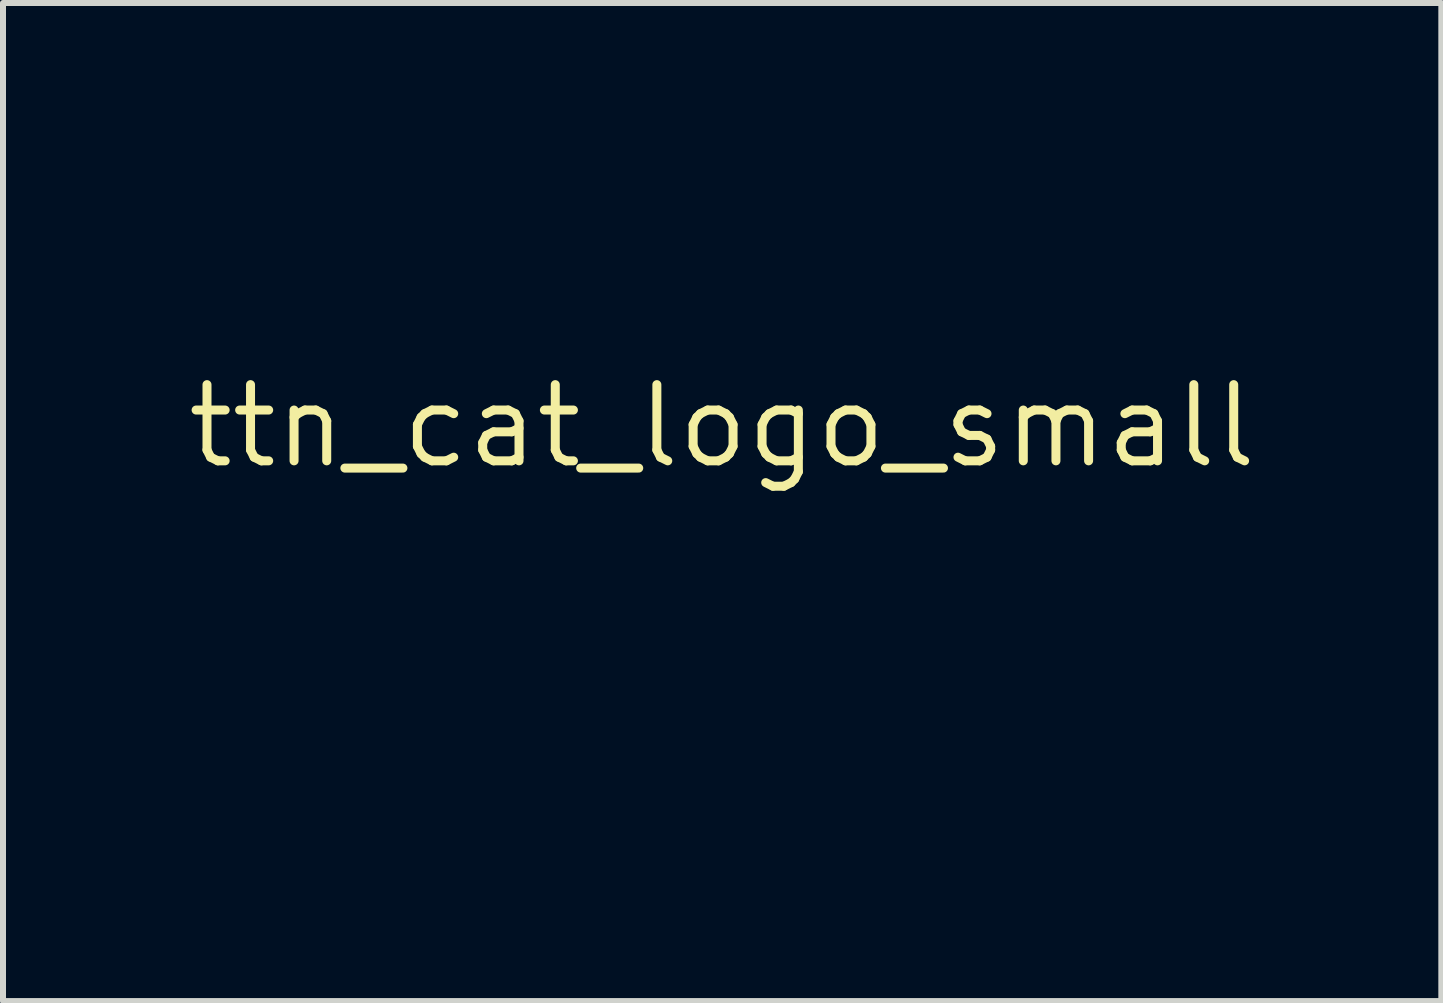
<source format=kicad_pcb>
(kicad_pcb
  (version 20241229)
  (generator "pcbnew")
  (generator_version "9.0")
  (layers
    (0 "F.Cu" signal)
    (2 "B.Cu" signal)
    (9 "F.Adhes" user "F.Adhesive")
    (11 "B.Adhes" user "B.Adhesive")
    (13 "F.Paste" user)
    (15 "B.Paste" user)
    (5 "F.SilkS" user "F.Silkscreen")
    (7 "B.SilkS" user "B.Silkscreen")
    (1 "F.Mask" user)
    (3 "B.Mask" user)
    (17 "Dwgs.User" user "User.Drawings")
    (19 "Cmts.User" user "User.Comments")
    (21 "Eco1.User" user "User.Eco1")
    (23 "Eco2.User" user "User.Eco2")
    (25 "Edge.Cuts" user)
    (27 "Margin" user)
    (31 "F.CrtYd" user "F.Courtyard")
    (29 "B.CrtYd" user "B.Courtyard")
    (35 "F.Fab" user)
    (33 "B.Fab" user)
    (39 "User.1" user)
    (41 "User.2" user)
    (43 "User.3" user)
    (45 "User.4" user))
  (footprint "ttn_cat_logo_small"
    (layer "F.Cu")
    (at 8.988 4.052)
    (property "Reference" "ttn_cat_logo_small" (at 0 0 0) (layer "F.SilkS") (effects (font (size 1.27 1.27) (thickness 0.15))))
    (attr through_hole)
    (fp_poly (pts (xy 1.263 4.119) (xy 0.925 4.119) (xy 0.925 2.976) (xy 1.263 2.976) (xy 1.263 4.119)) (stroke (width 0.01) (type solid)) (fill yes) (layer "F.Mask"))
    (fp_poly (pts (xy 0.233 1.212) (xy 0.238 1.262) (xy 0.233 1.268) (xy 0.208 1.262) (xy 0.205 1.24) (xy 0.22 1.205) (xy 0.233 1.212)) (stroke (width 0.01) (type solid)) (fill yes) (layer "F.Mask"))
    (fp_poly (pts (xy 2.01 1.887) (xy 2.025 1.917) (xy 1.989 1.948) (xy 1.909 1.959) (xy 1.835 1.953) (xy 1.837 1.931) (xy 1.856 1.917) (xy 1.945 1.88) (xy 2.01 1.887)) (stroke (width 0.01) (type solid)) (fill yes) (layer "F.Mask"))
    (fp_poly (pts (xy -2.049 -0.816) (xy -1.953 -0.726) (xy -1.914 -0.679) (xy -1.924 -0.665) (xy -1.925 -0.665) (xy -1.959 -0.693) (xy -2.028 -0.765) (xy -2.062 -0.803) (xy -2.187 -0.94) (xy -2.049 -0.816)) (stroke (width 0.01) (type solid)) (fill yes) (layer "F.Mask"))
    (fp_poly (pts (xy 0.332 0.896) (xy 0.298 0.936) (xy 0.222 0.98) (xy 0.145 1.008) (xy 0.126 0.992) (xy 0.129 0.98) (xy 0.17 0.935) (xy 0.239 0.897) (xy 0.304 0.88) (xy 0.332 0.896)) (stroke (width 0.01) (type solid)) (fill yes) (layer "F.Mask"))
    (fp_poly (pts (xy -0.113 0.539) (xy -0.028 0.594) (xy 0.015 0.627) (xy 0.082 0.692) (xy 0.099 0.729) (xy 0.091 0.732) (xy 0.028 0.706) (xy -0.061 0.642) (xy -0.078 0.628) (xy -0.149 0.556) (xy -0.157 0.526) (xy -0.113 0.539)) (stroke (width 0.01) (type solid)) (fill yes) (layer "F.Mask"))
    (fp_poly (pts (xy -1.361 -1.168) (xy -1.27 -1.164) (xy -1.256 -1.154) (xy -1.313 -1.132) (xy -1.319 -1.131) (xy -1.447 -1.102) (xy -1.531 -1.093) (xy -1.598 -1.097) (xy -1.59 -1.119) (xy -1.573 -1.131) (xy -1.489 -1.158) (xy -1.37 -1.168) (xy -1.361 -1.168)) (stroke (width 0.01) (type solid)) (fill yes) (layer "F.Mask"))
    (fp_poly (pts (xy -0.728 1.375) (xy -0.702 1.397) (xy -0.707 1.404) (xy -0.771 1.434) (xy -0.873 1.459) (xy -0.983 1.473) (xy -1.071 1.474) (xy -1.107 1.457) (xy -1.107 1.457) (xy -1.068 1.407) (xy -0.957 1.375) (xy -0.82 1.367) (xy -0.728 1.375)) (stroke (width 0.01) (type solid)) (fill yes) (layer "F.Mask"))
    (fp_poly (pts (xy -0.212 2.01) (xy -0.143 2.031) (xy -0.134 2.044) (xy -0.171 2.071) (xy -0.265 2.086) (xy -0.301 2.087) (xy -0.413 2.077) (xy -0.485 2.052) (xy -0.493 2.044) (xy -0.473 2.017) (xy -0.381 2.003) (xy -0.327 2.002) (xy -0.212 2.01)) (stroke (width 0.01) (type solid)) (fill yes) (layer "F.Mask"))
    (fp_poly (pts (xy -0.049 3.399) (xy 0.374 3.399) (xy 0.374 2.976) (xy 0.671 2.976) (xy 0.671 4.119) (xy 0.374 4.119) (xy 0.374 3.653) (xy -0.049 3.653) (xy -0.049 4.119) (xy -0.345 4.119) (xy -0.345 2.976) (xy -0.049 2.976) (xy -0.049 3.399)) (stroke (width 0.01) (type solid)) (fill yes) (layer "F.Mask"))
    (fp_poly (pts (xy -4.028 3.399) (xy -3.605 3.399) (xy -3.605 2.976) (xy -3.309 2.976) (xy -3.309 4.119) (xy -3.605 4.119) (xy -3.605 3.653) (xy -4.028 3.653) (xy -4.028 4.119) (xy -4.369 4.119) (xy -4.358 3.558) (xy -4.346 2.997) (xy -4.028 2.971) (xy -4.028 3.399)) (stroke (width 0.01) (type solid)) (fill yes) (layer "F.Mask"))
    (fp_poly (pts (xy -4.494 3.103) (xy -4.501 3.184) (xy -4.537 3.22) (xy -4.627 3.229) (xy -4.663 3.23) (xy -4.833 3.23) (xy -4.833 4.119) (xy -5.171 4.119) (xy -5.171 3.235) (xy -5.351 3.222) (xy -5.466 3.207) (xy -5.521 3.174) (xy -5.543 3.107) (xy -5.545 3.092) (xy -5.558 2.976) (xy -4.494 2.976) (xy -4.494 3.103)) (stroke (width 0.01) (type solid)) (fill yes) (layer "F.Mask"))
    (fp_poly (pts (xy -0.48 3.091) (xy -0.498 3.166) (xy -0.546 3.203) (xy -0.649 3.22) (xy -0.673 3.222) (xy -0.853 3.235) (xy -0.853 4.119) (xy -1.192 4.119) (xy -1.192 3.235) (xy -1.372 3.222) (xy -1.486 3.208) (xy -1.538 3.177) (xy -1.552 3.116) (xy -1.552 3.103) (xy -1.552 2.997) (xy -1.009 2.985) (xy -0.466 2.973) (xy -0.48 3.091)) (stroke (width 0.01) (type solid)) (fill yes) (layer "F.Mask"))
    (fp_poly (pts (xy 2.043 3.304) (xy 2.13 3.468) (xy 2.193 3.553) (xy 2.236 3.559) (xy 2.261 3.484) (xy 2.274 3.327) (xy 2.276 3.219) (xy 2.279 2.976) (xy 2.576 2.976) (xy 2.576 4.119) (xy 2.196 4.119) (xy 1.835 3.42) (xy 1.823 3.769) (xy 1.81 4.119) (xy 1.517 4.119) (xy 1.517 2.976) (xy 1.88 2.976) (xy 2.043 3.304)) (stroke (width 0.01) (type solid)) (fill yes) (layer "F.Mask"))
    (fp_poly (pts (xy -0.552 5.906) (xy -0.526 5.947) (xy -0.516 6.038) (xy -0.515 6.151) (xy -0.515 6.405) (xy -0.366 6.405) (xy -0.264 6.414) (xy -0.223 6.451) (xy -0.218 6.489) (xy -0.228 6.538) (xy -0.272 6.564) (xy -0.369 6.573) (xy -0.451 6.574) (xy -0.684 6.574) (xy -0.684 6.235) (xy -0.682 6.067) (xy -0.674 5.965) (xy -0.655 5.915) (xy -0.622 5.898) (xy -0.599 5.897) (xy -0.552 5.906)) (stroke (width 0.01) (type solid)) (fill yes) (layer "F.Mask"))
    (fp_poly (pts (xy -1.137 0.761) (xy -1.083 0.857) (xy -1.033 0.959) (xy -0.958 1.131) (xy -0.925 1.242) (xy -0.935 1.303) (xy -0.987 1.324) (xy -1.003 1.325) (xy -1.05 1.285) (xy -1.102 1.178) (xy -1.13 1.093) (xy -1.054 1.093) (xy -1.046 1.11) (xy -1.005 1.154) (xy -0.998 1.123) (xy -1.008 1.09) (xy -1.039 1.044) (xy -1.053 1.045) (xy -1.054 1.093) (xy -1.13 1.093) (xy -1.13 1.092) (xy -1.166 0.946) (xy -1.184 0.819) (xy -1.184 0.764) (xy -1.169 0.732) (xy -1.137 0.761)) (stroke (width 0.01) (type solid)) (fill yes) (layer "F.Mask"))
    (fp_poly (pts (xy 3.097 5.902) (xy 3.176 5.943) (xy 3.225 5.992) (xy 3.292 6.087) (xy 3.371 5.988) (xy 3.47 5.912) (xy 3.543 5.903) (xy 3.636 5.918) (xy 3.524 6.081) (xy 3.449 6.222) (xy 3.398 6.371) (xy 3.391 6.409) (xy 3.365 6.522) (xy 3.32 6.57) (xy 3.29 6.574) (xy 3.233 6.553) (xy 3.212 6.478) (xy 3.211 6.436) (xy 3.185 6.307) (xy 3.121 6.167) (xy 3.105 6.142) (xy 3.04 6.037) (xy 3.003 5.959) (xy 2.999 5.941) (xy 3.028 5.9) (xy 3.097 5.902)) (stroke (width 0.01) (type solid)) (fill yes) (layer "F.Mask"))
    (fp_poly (pts (xy -5.045 5.919) (xy -4.976 5.97) (xy -4.967 5.994) (xy -4.971 6.045) (xy -5.025 6.05) (xy -5.063 6.042) (xy -5.188 6.044) (xy -5.272 6.112) (xy -5.298 6.216) (xy -5.265 6.338) (xy -5.18 6.413) (xy -5.065 6.422) (xy -5.062 6.421) (xy -4.982 6.416) (xy -4.96 6.459) (xy -4.993 6.535) (xy -5.079 6.569) (xy -5.193 6.562) (xy -5.315 6.512) (xy -5.368 6.474) (xy -5.46 6.348) (xy -5.49 6.201) (xy -5.455 6.061) (xy -5.384 5.974) (xy -5.277 5.92) (xy -5.155 5.902) (xy -5.045 5.919)) (stroke (width 0.01) (type solid)) (fill yes) (layer "F.Mask"))
    (fp_poly (pts (xy -3.594 4.804) (xy -3.455 4.82) (xy -3.386 4.848) (xy -3.372 4.881) (xy -3.412 4.933) (xy -3.51 4.957) (xy -3.613 4.981) (xy -3.644 5.015) (xy -3.599 5.042) (xy -3.52 5.05) (xy -3.423 5.071) (xy -3.393 5.117) (xy -3.432 5.164) (xy -3.506 5.185) (xy -3.608 5.214) (xy -3.634 5.258) (xy -3.584 5.297) (xy -3.513 5.312) (xy -3.397 5.345) (xy -3.359 5.399) (xy -3.362 5.442) (xy -3.406 5.464) (xy -3.508 5.473) (xy -3.581 5.473) (xy -3.817 5.473) (xy -3.817 4.792) (xy -3.594 4.804)) (stroke (width 0.01) (type solid)) (fill yes) (layer "F.Mask"))
    (fp_poly (pts (xy -1.97 4.798) (xy -1.88 4.808) (xy -1.838 4.831) (xy -1.827 4.873) (xy -1.827 4.881) (xy -1.852 4.947) (xy -1.933 4.965) (xy -1.991 4.971) (xy -2.023 5) (xy -2.036 5.073) (xy -2.039 5.21) (xy -2.039 5.219) (xy -2.042 5.361) (xy -2.055 5.438) (xy -2.086 5.469) (xy -2.123 5.473) (xy -2.171 5.464) (xy -2.196 5.423) (xy -2.207 5.331) (xy -2.208 5.222) (xy -2.211 5.081) (xy -2.225 5.004) (xy -2.258 4.969) (xy -2.303 4.958) (xy -2.383 4.918) (xy -2.412 4.87) (xy -2.409 4.831) (xy -2.372 4.809) (xy -2.285 4.799) (xy -2.129 4.796) (xy -2.126 4.796) (xy -1.97 4.798)) (stroke (width 0.01) (type solid)) (fill yes) (layer "F.Mask"))
    (fp_poly (pts (xy 4.177 -3.045) (xy 4.35 -2.973) (xy 4.53 -2.86) (xy 4.705 -2.713) (xy 4.863 -2.539) (xy 4.995 -2.345) (xy 5.089 -2.138) (xy 5.09 -2.135) (xy 5.132 -1.957) (xy 5.153 -1.752) (xy 5.153 -1.55) (xy 5.131 -1.381) (xy 5.103 -1.3) (xy 5.025 -1.222) (xy 4.906 -1.18) (xy 4.784 -1.181) (xy 4.703 -1.222) (xy 4.673 -1.296) (xy 4.654 -1.435) (xy 4.649 -1.573) (xy 4.616 -1.879) (xy 4.517 -2.134) (xy 4.349 -2.343) (xy 4.107 -2.511) (xy 3.997 -2.564) (xy 3.846 -2.66) (xy 3.773 -2.775) (xy 3.782 -2.906) (xy 3.801 -2.947) (xy 3.891 -3.038) (xy 4.02 -3.069) (xy 4.177 -3.045)) (stroke (width 0.01) (type solid)) (fill yes) (layer "F.Mask"))
    (fp_poly (pts (xy -2.658 5.899) (xy -2.562 5.908) (xy -2.518 5.927) (xy -2.511 5.962) (xy -2.512 5.971) (xy -2.561 6.035) (xy -2.621 6.058) (xy -2.674 6.074) (xy -2.703 6.116) (xy -2.714 6.205) (xy -2.716 6.323) (xy -2.718 6.463) (xy -2.731 6.538) (xy -2.762 6.568) (xy -2.82 6.574) (xy -2.822 6.574) (xy -2.881 6.569) (xy -2.912 6.539) (xy -2.925 6.465) (xy -2.928 6.327) (xy -2.928 6.323) (xy -2.931 6.182) (xy -2.945 6.104) (xy -2.978 6.069) (xy -3.022 6.058) (xy -3.103 6.019) (xy -3.131 5.971) (xy -3.129 5.933) (xy -3.094 5.911) (xy -3.01 5.9) (xy -2.861 5.897) (xy -2.822 5.897) (xy -2.658 5.899)) (stroke (width 0.01) (type solid)) (fill yes) (layer "F.Mask"))
    (fp_poly (pts (xy 1.393 4.811) (xy 1.534 4.894) (xy 1.54 4.9) (xy 1.625 5.031) (xy 1.64 5.166) (xy 1.599 5.292) (xy 1.513 5.394) (xy 1.396 5.458) (xy 1.261 5.47) (xy 1.121 5.417) (xy 1.089 5.393) (xy 1.019 5.309) (xy 0.992 5.191) (xy 0.99 5.135) (xy 0.991 5.128) (xy 1.179 5.128) (xy 1.2 5.238) (xy 1.253 5.321) (xy 1.306 5.346) (xy 1.354 5.32) (xy 1.382 5.296) (xy 1.424 5.205) (xy 1.428 5.087) (xy 1.394 4.988) (xy 1.384 4.976) (xy 1.31 4.948) (xy 1.237 4.984) (xy 1.187 5.067) (xy 1.179 5.128) (xy 0.991 5.128) (xy 1.005 4.996) (xy 1.059 4.904) (xy 1.089 4.876) (xy 1.237 4.805) (xy 1.393 4.811)) (stroke (width 0.01) (type solid)) (fill yes) (layer "F.Mask"))
    (fp_poly (pts (xy 0.971 5.905) (xy 0.996 5.944) (xy 1.007 6.031) (xy 1.009 6.169) (xy 1.005 6.324) (xy 0.988 6.419) (xy 0.952 6.478) (xy 0.915 6.508) (xy 0.784 6.566) (xy 0.643 6.55) (xy 0.628 6.545) (xy 0.534 6.48) (xy 0.479 6.36) (xy 0.459 6.174) (xy 0.459 6.143) (xy 0.462 6.003) (xy 0.477 5.929) (xy 0.509 5.9) (xy 0.544 5.897) (xy 0.596 5.909) (xy 0.621 5.96) (xy 0.628 6.071) (xy 0.628 6.09) (xy 0.638 6.228) (xy 0.663 6.341) (xy 0.674 6.368) (xy 0.727 6.427) (xy 0.777 6.411) (xy 0.816 6.33) (xy 0.838 6.195) (xy 0.84 6.124) (xy 0.844 5.992) (xy 0.86 5.923) (xy 0.897 5.899) (xy 0.925 5.897) (xy 0.971 5.905)) (stroke (width 0.01) (type solid)) (fill yes) (layer "F.Mask"))
    (fp_poly (pts (xy 2.28 5.904) (xy 2.305 5.939) (xy 2.317 6.017) (xy 2.321 6.155) (xy 2.322 6.235) (xy 2.32 6.403) (xy 2.313 6.504) (xy 2.295 6.555) (xy 2.26 6.572) (xy 2.222 6.574) (xy 2.147 6.553) (xy 2.084 6.477) (xy 2.042 6.394) (xy 1.962 6.215) (xy 1.941 6.384) (xy 1.916 6.499) (xy 1.871 6.553) (xy 1.824 6.566) (xy 1.777 6.569) (xy 1.749 6.548) (xy 1.735 6.488) (xy 1.73 6.372) (xy 1.729 6.238) (xy 1.73 6.069) (xy 1.737 5.968) (xy 1.755 5.917) (xy 1.789 5.899) (xy 1.834 5.897) (xy 1.914 5.918) (xy 1.985 5.992) (xy 2.035 6.077) (xy 2.131 6.256) (xy 2.144 6.077) (xy 2.16 5.96) (xy 2.193 5.907) (xy 2.239 5.897) (xy 2.28 5.904)) (stroke (width 0.01) (type solid)) (fill yes) (layer "F.Mask"))
    (fp_poly (pts (xy 4.792 4.802) (xy 4.791 4.831) (xy 4.738 4.896) (xy 4.68 4.957) (xy 4.523 5.118) (xy 4.671 5.261) (xy 4.757 5.352) (xy 4.811 5.42) (xy 4.819 5.439) (xy 4.788 5.473) (xy 4.711 5.465) (xy 4.61 5.422) (xy 4.526 5.364) (xy 4.396 5.254) (xy 4.396 5.364) (xy 4.378 5.449) (xy 4.313 5.473) (xy 4.311 5.473) (xy 4.269 5.466) (xy 4.244 5.434) (xy 4.231 5.359) (xy 4.227 5.224) (xy 4.227 5.135) (xy 4.228 4.966) (xy 4.237 4.865) (xy 4.255 4.814) (xy 4.289 4.797) (xy 4.311 4.796) (xy 4.377 4.82) (xy 4.396 4.903) (xy 4.396 4.906) (xy 4.396 5.015) (xy 4.526 4.906) (xy 4.632 4.834) (xy 4.73 4.797) (xy 4.747 4.796) (xy 4.792 4.802)) (stroke (width 0.01) (type solid)) (fill yes) (layer "F.Mask"))
    (fp_poly (pts (xy -4.916 4.804) (xy -4.892 4.838) (xy -4.879 4.916) (xy -4.875 5.054) (xy -4.875 5.135) (xy -4.876 5.303) (xy -4.884 5.403) (xy -4.902 5.454) (xy -4.936 5.471) (xy -4.974 5.473) (xy -5.053 5.45) (xy -5.118 5.369) (xy -5.15 5.305) (xy -5.212 5.194) (xy -5.26 5.166) (xy -5.29 5.22) (xy -5.298 5.328) (xy -5.308 5.428) (xy -5.346 5.469) (xy -5.385 5.473) (xy -5.428 5.467) (xy -5.453 5.437) (xy -5.463 5.366) (xy -5.462 5.236) (xy -5.459 5.145) (xy -5.451 4.979) (xy -5.438 4.88) (xy -5.414 4.829) (xy -5.375 4.808) (xy -5.353 4.804) (xy -5.284 4.814) (xy -5.221 4.877) (xy -5.163 4.973) (xy -5.066 5.156) (xy -5.052 4.976) (xy -5.036 4.859) (xy -5.004 4.806) (xy -4.957 4.796) (xy -4.916 4.804)) (stroke (width 0.01) (type solid)) (fill yes) (layer "F.Mask"))
    (fp_poly (pts (xy 0.068 1.182) (xy 0.045 1.246) (xy -0.002 1.318) (xy -0.091 1.443) (xy 0.097 1.372) (xy 0.215 1.324) (xy 0.298 1.283) (xy 0.316 1.27) (xy 0.368 1.237) (xy 0.382 1.27) (xy 0.353 1.355) (xy 0.349 1.363) (xy 0.278 1.477) (xy 0.205 1.552) (xy 0.146 1.571) (xy 0.134 1.564) (xy 0.09 1.569) (xy 0.061 1.595) (xy -0.025 1.652) (xy -0.145 1.684) (xy -0.25 1.677) (xy -0.25 1.677) (xy -0.3 1.622) (xy -0.287 1.557) (xy -0.112 1.557) (xy -0.05 1.549) (xy -0.046 1.548) (xy 0.011 1.523) (xy -0.001 1.503) (xy -0.078 1.512) (xy -0.101 1.529) (xy -0.112 1.557) (xy -0.287 1.557) (xy -0.28 1.526) (xy -0.194 1.394) (xy -0.134 1.325) (xy -0.029 1.222) (xy 0.041 1.175) (xy 0.068 1.182)) (stroke (width 0.01) (type solid)) (fill yes) (layer "F.Mask"))
    (fp_poly (pts (xy 4.224 -3.889) (xy 4.42 -3.824) (xy 4.634 -3.721) (xy 4.856 -3.581) (xy 5.076 -3.409) (xy 5.222 -3.272) (xy 5.512 -2.922) (xy 5.727 -2.541) (xy 5.863 -2.132) (xy 5.918 -1.702) (xy 5.919 -1.619) (xy 5.904 -1.318) (xy 5.86 -1.095) (xy 5.786 -0.947) (xy 5.748 -0.908) (xy 5.647 -0.846) (xy 5.557 -0.848) (xy 5.458 -0.904) (xy 5.409 -0.944) (xy 5.381 -0.992) (xy 5.371 -1.068) (xy 5.376 -1.193) (xy 5.385 -1.317) (xy 5.383 -1.755) (xy 5.308 -2.154) (xy 5.163 -2.51) (xy 4.951 -2.819) (xy 4.673 -3.078) (xy 4.331 -3.283) (xy 4.16 -3.356) (xy 3.99 -3.424) (xy 3.884 -3.481) (xy 3.829 -3.543) (xy 3.807 -3.624) (xy 3.804 -3.703) (xy 3.835 -3.823) (xy 3.921 -3.891) (xy 4.054 -3.913) (xy 4.224 -3.889)) (stroke (width 0.01) (type solid)) (fill yes) (layer "F.Mask"))
    (fp_poly (pts (xy 4.476 5.905) (xy 4.543 5.925) (xy 4.595 5.979) (xy 4.646 6.086) (xy 4.679 6.172) (xy 4.728 6.317) (xy 4.763 6.438) (xy 4.774 6.5) (xy 4.748 6.56) (xy 4.688 6.57) (xy 4.632 6.529) (xy 4.623 6.511) (xy 4.567 6.463) (xy 4.481 6.447) (xy 4.375 6.469) (xy 4.311 6.511) (xy 4.244 6.561) (xy 4.177 6.572) (xy 4.142 6.54) (xy 4.142 6.534) (xy 4.156 6.477) (xy 4.192 6.365) (xy 4.228 6.264) (xy 4.418 6.264) (xy 4.442 6.303) (xy 4.49 6.285) (xy 4.51 6.217) (xy 4.501 6.192) (xy 4.465 6.166) (xy 4.436 6.197) (xy 4.418 6.264) (xy 4.228 6.264) (xy 4.244 6.218) (xy 4.254 6.193) (xy 4.313 6.04) (xy 4.358 5.951) (xy 4.4 5.911) (xy 4.453 5.903) (xy 4.476 5.905)) (stroke (width 0.01) (type solid)) (fill yes) (layer "F.Mask"))
    (fp_poly (pts (xy -1.668 5.905) (xy -1.602 5.926) (xy -1.548 5.984) (xy -1.493 6.096) (xy -1.463 6.172) (xy -1.411 6.316) (xy -1.375 6.437) (xy -1.364 6.5) (xy -1.39 6.56) (xy -1.45 6.57) (xy -1.507 6.529) (xy -1.515 6.511) (xy -1.572 6.463) (xy -1.657 6.447) (xy -1.763 6.469) (xy -1.827 6.511) (xy -1.905 6.572) (xy -1.964 6.567) (xy -1.984 6.502) (xy -1.979 6.466) (xy -1.949 6.367) (xy -1.91 6.253) (xy -1.726 6.253) (xy -1.722 6.31) (xy -1.683 6.32) (xy -1.624 6.289) (xy -1.615 6.259) (xy -1.641 6.187) (xy -1.658 6.172) (xy -1.697 6.16) (xy -1.7 6.166) (xy -1.713 6.218) (xy -1.726 6.253) (xy -1.91 6.253) (xy -1.901 6.226) (xy -1.864 6.125) (xy -1.811 5.994) (xy -1.766 5.926) (xy -1.715 5.903) (xy -1.668 5.905)) (stroke (width 0.01) (type solid)) (fill yes) (layer "F.Mask"))
    (fp_poly (pts (xy 2.927 4.817) (xy 2.966 4.823) (xy 3.097 4.871) (xy 3.157 4.954) (xy 3.141 5.063) (xy 3.132 5.079) (xy 3.118 5.163) (xy 3.158 5.283) (xy 3.173 5.313) (xy 3.255 5.473) (xy 3.157 5.473) (xy 3.054 5.432) (xy 2.984 5.346) (xy 2.914 5.259) (xy 2.861 5.252) (xy 2.832 5.323) (xy 2.83 5.37) (xy 2.809 5.452) (xy 2.745 5.473) (xy 2.703 5.466) (xy 2.678 5.434) (xy 2.665 5.359) (xy 2.661 5.224) (xy 2.66 5.135) (xy 2.661 5) (xy 2.84 5) (xy 2.851 5.05) (xy 2.905 5.091) (xy 2.949 5.066) (xy 2.957 5.031) (xy 2.933 4.96) (xy 2.917 4.946) (xy 2.867 4.949) (xy 2.84 5) (xy 2.661 5) (xy 2.662 4.96) (xy 2.675 4.855) (xy 2.714 4.805) (xy 2.793 4.798) (xy 2.927 4.817)) (stroke (width 0.01) (type solid)) (fill yes) (layer "F.Mask"))
    (fp_poly (pts (xy -2.208 3.103) (xy -2.211 3.173) (xy -2.235 3.211) (xy -2.298 3.226) (xy -2.421 3.23) (xy -2.462 3.23) (xy -2.604 3.233) (xy -2.681 3.246) (xy -2.711 3.277) (xy -2.716 3.314) (xy -2.706 3.363) (xy -2.662 3.389) (xy -2.565 3.398) (xy -2.483 3.399) (xy -2.35 3.401) (xy -2.281 3.415) (xy -2.254 3.452) (xy -2.25 3.524) (xy -2.25 3.526) (xy -2.254 3.599) (xy -2.28 3.636) (xy -2.348 3.651) (xy -2.48 3.653) (xy -2.483 3.653) (xy -2.617 3.656) (xy -2.686 3.67) (xy -2.712 3.706) (xy -2.716 3.759) (xy -2.711 3.817) (xy -2.681 3.849) (xy -2.608 3.862) (xy -2.471 3.865) (xy -2.462 3.865) (xy -2.321 3.866) (xy -2.246 3.878) (xy -2.214 3.91) (xy -2.208 3.971) (xy -2.208 3.992) (xy -2.208 4.119) (xy -3.012 4.119) (xy -3.012 2.976) (xy -2.208 2.976) (xy -2.208 3.103)) (stroke (width 0.01) (type solid)) (fill yes) (layer "F.Mask"))
    (fp_poly (pts (xy -3.917 5.906) (xy -3.871 5.936) (xy -3.827 6.012) (xy -3.77 6.148) (xy -3.758 6.181) (xy -3.704 6.33) (xy -3.664 6.451) (xy -3.647 6.519) (xy -3.647 6.522) (xy -3.676 6.568) (xy -3.741 6.565) (xy -3.813 6.515) (xy -3.817 6.511) (xy -3.896 6.463) (xy -3.987 6.447) (xy -4.082 6.468) (xy -4.128 6.511) (xy -4.171 6.548) (xy -4.243 6.575) (xy -4.306 6.58) (xy -4.325 6.563) (xy -4.311 6.521) (xy -4.273 6.42) (xy -4.22 6.278) (xy -4.216 6.267) (xy -4.028 6.267) (xy -3.994 6.313) (xy -3.96 6.32) (xy -3.912 6.295) (xy -3.918 6.253) (xy -3.941 6.165) (xy -3.944 6.137) (xy -3.958 6.12) (xy -3.988 6.155) (xy -4.017 6.215) (xy -4.028 6.267) (xy -4.216 6.267) (xy -4.203 6.235) (xy -4.137 6.072) (xy -4.085 5.974) (xy -4.035 5.924) (xy -3.976 5.905) (xy -3.975 5.905) (xy -3.917 5.906)) (stroke (width 0.01) (type solid)) (fill yes) (layer "F.Mask"))
    (fp_poly (pts (xy 4.593 2.984) (xy 4.746 2.993) (xy 4.834 3.007) (xy 4.876 3.035) (xy 4.893 3.085) (xy 4.896 3.114) (xy 4.91 3.231) (xy 4.683 3.204) (xy 4.539 3.194) (xy 4.452 3.207) (xy 4.4 3.246) (xy 4.373 3.294) (xy 4.4 3.332) (xy 4.495 3.378) (xy 4.495 3.378) (xy 4.612 3.42) (xy 4.703 3.441) (xy 4.714 3.441) (xy 4.808 3.477) (xy 4.901 3.566) (xy 4.969 3.679) (xy 4.989 3.769) (xy 4.951 3.931) (xy 4.842 4.053) (xy 4.702 4.117) (xy 4.57 4.148) (xy 4.463 4.153) (xy 4.336 4.133) (xy 4.276 4.119) (xy 4.144 4.076) (xy 4.084 4.019) (xy 4.081 3.934) (xy 4.085 3.914) (xy 4.126 3.844) (xy 4.177 3.843) (xy 4.323 3.883) (xy 4.47 3.896) (xy 4.588 3.883) (xy 4.642 3.854) (xy 4.667 3.794) (xy 4.631 3.742) (xy 4.524 3.69) (xy 4.417 3.653) (xy 4.249 3.586) (xy 4.151 3.503) (xy 4.106 3.388) (xy 4.1 3.288) (xy 4.117 3.146) (xy 4.176 3.052) (xy 4.289 3) (xy 4.465 2.982) (xy 4.593 2.984)) (stroke (width 0.01) (type solid)) (fill yes) (layer "F.Mask"))
    (fp_poly (pts (xy 3.601 2.981) (xy 3.716 3) (xy 3.778 3.04) (xy 3.801 3.11) (xy 3.803 3.154) (xy 3.795 3.24) (xy 3.76 3.26) (xy 3.729 3.251) (xy 3.641 3.226) (xy 3.513 3.203) (xy 3.478 3.199) (xy 3.352 3.193) (xy 3.264 3.225) (xy 3.188 3.291) (xy 3.114 3.38) (xy 3.089 3.469) (xy 3.097 3.582) (xy 3.152 3.754) (xy 3.26 3.864) (xy 3.413 3.907) (xy 3.427 3.907) (xy 3.516 3.894) (xy 3.547 3.842) (xy 3.549 3.806) (xy 3.517 3.713) (xy 3.465 3.683) (xy 3.393 3.626) (xy 3.38 3.572) (xy 3.389 3.521) (xy 3.43 3.495) (xy 3.523 3.485) (xy 3.613 3.484) (xy 3.846 3.484) (xy 3.846 4.069) (xy 3.632 4.115) (xy 3.488 4.144) (xy 3.388 4.154) (xy 3.295 4.144) (xy 3.171 4.114) (xy 3.158 4.11) (xy 3.021 4.047) (xy 2.901 3.951) (xy 2.893 3.942) (xy 2.83 3.849) (xy 2.797 3.745) (xy 2.787 3.595) (xy 2.787 3.564) (xy 2.812 3.331) (xy 2.89 3.161) (xy 3.026 3.048) (xy 3.224 2.988) (xy 3.417 2.976) (xy 3.601 2.981)) (stroke (width 0.01) (type solid)) (fill yes) (layer "F.Mask"))
    (fp_poly (pts (xy -0.755 4.803) (xy -0.729 4.836) (xy -0.702 4.912) (xy -0.666 5.052) (xy -0.661 5.071) (xy -0.641 5.145) (xy -0.625 5.156) (xy -0.605 5.098) (xy -0.581 5.008) (xy -0.536 4.878) (xy -0.479 4.815) (xy -0.444 4.804) (xy -0.387 4.811) (xy -0.345 4.862) (xy -0.306 4.977) (xy -0.302 4.995) (xy -0.247 5.198) (xy -0.206 5.021) (xy -0.156 4.886) (xy -0.089 4.813) (xy -0.014 4.813) (xy -0.009 4.816) (xy -0.002 4.864) (xy -0.014 4.972) (xy -0.042 5.118) (xy -0.048 5.144) (xy -0.088 5.303) (xy -0.123 5.398) (xy -0.162 5.445) (xy -0.216 5.463) (xy -0.229 5.465) (xy -0.3 5.464) (xy -0.338 5.424) (xy -0.363 5.323) (xy -0.366 5.307) (xy -0.396 5.173) (xy -0.428 5.124) (xy -0.464 5.16) (xy -0.505 5.279) (xy -0.506 5.285) (xy -0.55 5.41) (xy -0.602 5.466) (xy -0.639 5.473) (xy -0.717 5.459) (xy -0.741 5.441) (xy -0.77 5.368) (xy -0.804 5.248) (xy -0.837 5.108) (xy -0.863 4.975) (xy -0.876 4.874) (xy -0.874 4.837) (xy -0.813 4.799) (xy -0.79 4.796) (xy -0.755 4.803)) (stroke (width 0.01) (type solid)) (fill yes) (layer "F.Mask"))
    (fp_poly (pts (xy 1.205 -0.207) (xy 1.201 -0.146) (xy 1.137 0.139) (xy 1.081 0.372) (xy 1.027 0.581) (xy 0.966 0.798) (xy 0.906 1.004) (xy 0.846 1.2) (xy 0.793 1.365) (xy 0.75 1.483) (xy 0.725 1.537) (xy 0.724 1.538) (xy 0.675 1.532) (xy 0.618 1.488) (xy 0.569 1.43) (xy 0.582 1.411) (xy 0.628 1.409) (xy 0.697 1.405) (xy 0.713 1.398) (xy 0.723 1.355) (xy 0.749 1.263) (xy 0.753 1.249) (xy 0.772 1.158) (xy 0.757 1.135) (xy 0.745 1.14) (xy 0.716 1.139) (xy 0.724 1.103) (xy 0.731 1.018) (xy 0.729 1.007) (xy 0.798 1.007) (xy 0.819 1.028) (xy 0.84 1.007) (xy 0.819 0.986) (xy 0.798 1.007) (xy 0.729 1.007) (xy 0.712 0.903) (xy 0.709 0.895) (xy 0.695 0.81) (xy 0.697 0.76) (xy 0.716 0.76) (xy 0.725 0.832) (xy 0.75 0.902) (xy 0.777 0.933) (xy 0.783 0.93) (xy 0.781 0.883) (xy 0.78 0.88) (xy 0.84 0.88) (xy 0.861 0.901) (xy 0.882 0.88) (xy 0.861 0.859) (xy 0.84 0.88) (xy 0.78 0.88) (xy 0.759 0.812) (xy 0.729 0.754) (xy 0.716 0.76) (xy 0.697 0.76) (xy 0.699 0.711) (xy 0.882 0.711) (xy 0.903 0.732) (xy 0.925 0.711) (xy 0.903 0.69) (xy 0.882 0.711) (xy 0.699 0.711) (xy 0.7 0.702) (xy 0.709 0.647) (xy 0.755 0.647) (xy 0.771 0.682) (xy 0.784 0.676) (xy 0.789 0.625) (xy 0.784 0.619) (xy 0.758 0.625) (xy 0.755 0.647) (xy 0.709 0.647) (xy 0.724 0.563) (xy 0.925 0.563) (xy 0.94 0.598) (xy 0.953 0.591) (xy 0.958 0.541) (xy 0.953 0.534) (xy 0.928 0.54) (xy 0.925 0.563) (xy 0.724 0.563) (xy 0.725 0.554) (xy 0.738 0.499) (xy 0.798 0.499) (xy 0.819 0.52) (xy 0.84 0.499) (xy 0.819 0.478) (xy 0.798 0.499) (xy 0.738 0.499) (xy 0.763 0.393) (xy 0.967 0.393) (xy 0.982 0.428) (xy 0.995 0.422) (xy 1 0.371) (xy 0.995 0.365) (xy 0.97 0.371) (xy 0.967 0.393) (xy 0.763 0.393) (xy 0.774 0.347) (xy 0.778 0.33) (xy 0.84 0.33) (xy 0.861 0.351) (xy 0.882 0.33) (xy 0.861 0.309) (xy 0.84 0.33) (xy 0.778 0.33) (xy 0.789 0.287) (xy 0.812 0.199) (xy 1.013 0.199) (xy 1.02 0.254) (xy 1.035 0.255) (xy 1.045 0.198) (xy 1.038 0.174) (xy 1.019 0.158) (xy 1.013 0.199) (xy 0.812 0.199) (xy 0.844 0.081) (xy 0.86 0.03) (xy 1.055 0.03) (xy 1.063 0.085) (xy 1.077 0.086) (xy 1.087 0.029) (xy 1.081 0.004) (xy 1.062 -0.012) (xy 1.055 0.03) (xy 0.86 0.03) (xy 0.887 -0.056) (xy 0.924 -0.138) (xy 0.962 -0.179) (xy 0.998 -0.191) (xy 1.081 -0.173) (xy 1.107 -0.128) (xy 1.122 -0.086) (xy 1.13 -0.124) (xy 1.131 -0.146) (xy 1.152 -0.221) (xy 1.179 -0.242) (xy 1.205 -0.207)) (stroke (width 0.01) (type solid)) (fill yes) (layer "F.Mask"))
    (fp_poly (pts (xy 0.679 -4.005) (xy 1.024 -3.897) (xy 1.346 -3.726) (xy 1.633 -3.505) (xy 1.873 -3.244) (xy 2.054 -2.954) (xy 2.165 -2.648) (xy 2.174 -2.601) (xy 2.201 -2.494) (xy 2.228 -2.429) (xy 2.234 -2.424) (xy 2.288 -2.425) (xy 2.395 -2.446) (xy 2.489 -2.471) (xy 2.754 -2.519) (xy 3.045 -2.523) (xy 3.33 -2.485) (xy 3.578 -2.408) (xy 3.622 -2.387) (xy 3.886 -2.226) (xy 4.085 -2.038) (xy 4.242 -1.805) (xy 4.267 -1.756) (xy 4.341 -1.591) (xy 4.38 -1.447) (xy 4.395 -1.28) (xy 4.396 -1.193) (xy 4.387 -1.009) (xy 4.363 -0.832) (xy 4.334 -0.71) (xy 4.271 -0.534) (xy 4.421 -0.402) (xy 4.613 -0.179) (xy 4.737 0.089) (xy 4.788 0.387) (xy 4.789 0.436) (xy 4.752 0.741) (xy 4.64 1.007) (xy 4.454 1.232) (xy 4.196 1.413) (xy 4.122 1.451) (xy 3.855 1.579) (xy 2.731 1.579) (xy 2.36 1.58) (xy 2.068 1.584) (xy 1.849 1.59) (xy 1.698 1.6) (xy 1.608 1.613) (xy 1.576 1.628) (xy 1.574 1.66) (xy 1.619 1.65) (xy 1.712 1.645) (xy 1.803 1.684) (xy 1.854 1.747) (xy 1.856 1.764) (xy 1.845 1.817) (xy 1.807 1.866) (xy 1.732 1.915) (xy 1.61 1.969) (xy 1.432 2.033) (xy 1.188 2.111) (xy 0.988 2.172) (xy 0.778 2.22) (xy 0.508 2.261) (xy 0.201 2.292) (xy -0.116 2.313) (xy -0.422 2.321) (xy -0.69 2.314) (xy -0.873 2.296) (xy -1.112 2.251) (xy -1.324 2.198) (xy -1.49 2.14) (xy -1.551 2.108) (xy -1.319 2.108) (xy -1.298 2.129) (xy -1.28 2.111) (xy -1.055 2.111) (xy -0.971 2.152) (xy -0.813 2.179) (xy -0.579 2.195) (xy -0.264 2.197) (xy -0.07 2.194) (xy 0.164 2.185) (xy 0.377 2.173) (xy 0.551 2.157) (xy 0.666 2.141) (xy 0.692 2.135) (xy 0.752 2.111) (xy 0.746 2.103) (xy 0.667 2.108) (xy 0.597 2.115) (xy 0.454 2.121) (xy 0.38 2.101) (xy 0.379 2.059) (xy 0.38 2.058) (xy 0.854 2.058) (xy 0.86 2.084) (xy 0.882 2.087) (xy 0.917 2.071) (xy 0.911 2.058) (xy 0.86 2.053) (xy 0.854 2.058) (xy 0.38 2.058) (xy 0.448 2.005) (xy 0.436 1.991) (xy 0.356 1.979) (xy 0.221 1.971) (xy 0.05 1.967) (xy -0.144 1.965) (xy -0.344 1.967) (xy -0.535 1.972) (xy -0.701 1.981) (xy -0.826 1.993) (xy -0.875 2.002) (xy -0.95 2.023) (xy -0.955 2.033) (xy -0.884 2.04) (xy -0.832 2.042) (xy -0.73 2.049) (xy -0.704 2.06) (xy -0.745 2.082) (xy -0.768 2.092) (xy -0.891 2.114) (xy -0.979 2.107) (xy -1.047 2.097) (xy -1.055 2.111) (xy -1.28 2.111) (xy -1.277 2.108) (xy -1.298 2.087) (xy -1.319 2.108) (xy -1.551 2.108) (xy -1.596 2.084) (xy -1.614 2.067) (xy -1.615 2.066) (xy -1.404 2.066) (xy -1.383 2.087) (xy -1.361 2.066) (xy -1.383 2.044) (xy -1.404 2.066) (xy -1.615 2.066) (xy -1.657 2) (xy -1.723 1.881) (xy -1.799 1.734) (xy -1.807 1.718) (xy -1.873 1.592) (xy -1.923 1.514) (xy -1.949 1.497) (xy -1.951 1.505) (xy -1.956 1.524) (xy -1.976 1.539) (xy -2.017 1.551) (xy -2.089 1.561) (xy -2.198 1.568) (xy -2.352 1.573) (xy -2.561 1.576) (xy -2.831 1.578) (xy -3.17 1.578) (xy -3.564 1.579) (xy -5.174 1.579) (xy -5.388 1.47) (xy -5.688 1.276) (xy -5.834 1.125) (xy -2.065 1.125) (xy -2.064 1.172) (xy -2.039 1.264) (xy -2.034 1.278) (xy -1.998 1.364) (xy -1.972 1.398) (xy -1.97 1.397) (xy -1.971 1.35) (xy -1.996 1.258) (xy -2.001 1.245) (xy -2.037 1.158) (xy -2.063 1.124) (xy -2.065 1.125) (xy -5.834 1.125) (xy -5.925 1.03) (xy -5.926 1.028) (xy -2.123 1.028) (xy -2.108 1.063) (xy -2.095 1.057) (xy -2.09 1.006) (xy -2.095 1) (xy -2.12 1.006) (xy -2.123 1.028) (xy -5.926 1.028) (xy -6.002 0.901) (xy -2.166 0.901) (xy -2.15 0.936) (xy -2.137 0.93) (xy -2.132 0.879) (xy -2.137 0.873) (xy -2.163 0.879) (xy -2.166 0.901) (xy -6.002 0.901) (xy -6.077 0.774) (xy -2.208 0.774) (xy -2.193 0.809) (xy -2.18 0.803) (xy -2.175 0.752) (xy -2.18 0.746) (xy -2.205 0.752) (xy -2.208 0.774) (xy -6.077 0.774) (xy -6.081 0.768) (xy -6.131 0.647) (xy -2.25 0.647) (xy -2.235 0.682) (xy -2.222 0.676) (xy -2.217 0.625) (xy -2.222 0.619) (xy -2.247 0.625) (xy -2.25 0.647) (xy -6.131 0.647) (xy -6.143 0.618) (xy -6.168 0.52) (xy -2.293 0.52) (xy -2.277 0.555) (xy -2.264 0.549) (xy -2.259 0.498) (xy -2.264 0.492) (xy -2.29 0.498) (xy -2.293 0.52) (xy -6.168 0.52) (xy -6.175 0.493) (xy -6.185 0.356) (xy -6.185 0.351) (xy -2.335 0.351) (xy -2.32 0.386) (xy -2.307 0.379) (xy -2.302 0.329) (xy -2.307 0.323) (xy -2.332 0.329) (xy -2.335 0.351) (xy -6.185 0.351) (xy -6.18 0.224) (xy -2.377 0.224) (xy -2.362 0.259) (xy -2.349 0.252) (xy -2.344 0.202) (xy -2.349 0.196) (xy -2.374 0.202) (xy -2.377 0.224) (xy -6.18 0.224) (xy -6.179 0.185) (xy -6.168 0.072) (xy -2.416 0.072) (xy -2.409 0.127) (xy -2.394 0.128) (xy -2.384 0.071) (xy -2.391 0.047) (xy -2.41 0.031) (xy -2.416 0.072) (xy -6.168 0.072) (xy -6.158 -0.025) (xy -6.146 -0.072) (xy -2.462 -0.072) (xy -2.447 -0.037) (xy -2.434 -0.044) (xy -2.429 -0.094) (xy -2.434 -0.101) (xy -2.459 -0.095) (xy -2.462 -0.072) (xy -6.146 -0.072) (xy -6.117 -0.189) (xy -6.094 -0.242) (xy -2.504 -0.242) (xy -2.489 -0.207) (xy -2.476 -0.213) (xy -2.471 -0.264) (xy -2.476 -0.27) (xy -2.501 -0.264) (xy -2.504 -0.242) (xy -6.094 -0.242) (xy -6.047 -0.347) (xy -6.041 -0.358) (xy -2.377 -0.358) (xy -2.363 -0.252) (xy -2.323 -0.086) (xy -2.261 0.127) (xy -2.184 0.375) (xy -2.094 0.643) (xy -1.998 0.918) (xy -1.899 1.188) (xy -1.803 1.44) (xy -1.713 1.659) (xy -1.636 1.834) (xy -1.574 1.95) (xy -1.542 1.991) (xy -1.469 2.039) (xy -1.455 2.03) (xy -1.503 1.967) (xy -1.568 1.876) (xy -1.563 1.83) (xy -1.489 1.834) (xy -1.425 1.857) (xy -1.33 1.89) (xy -1.28 1.898) (xy -1.277 1.895) (xy -1.312 1.866) (xy -1.398 1.828) (xy -1.404 1.826) (xy -1.492 1.779) (xy -1.531 1.725) (xy -1.531 1.723) (xy -1.55 1.669) (xy -1.565 1.663) (xy -1.606 1.629) (xy -1.641 1.568) (xy -1.667 1.519) (xy -1.668 1.536) (xy -1.668 1.576) (xy -1.701 1.552) (xy -1.736 1.491) (xy -1.788 1.367) (xy -1.742 1.367) (xy -1.727 1.402) (xy -1.714 1.395) (xy -1.712 1.375) (xy -1.552 1.375) (xy -1.551 1.423) (xy -1.523 1.514) (xy -1.481 1.616) (xy -1.437 1.697) (xy -1.422 1.716) (xy -1.369 1.754) (xy -1.357 1.732) (xy -1.385 1.661) (xy -1.426 1.594) (xy -1.49 1.49) (xy -1.527 1.413) (xy -1.531 1.396) (xy -1.546 1.37) (xy -1.552 1.375) (xy -1.712 1.375) (xy -1.709 1.345) (xy -1.714 1.339) (xy -1.739 1.345) (xy -1.742 1.367) (xy -1.788 1.367) (xy -1.79 1.363) (xy -1.828 1.261) (xy -1.785 1.261) (xy -1.764 1.282) (xy -1.742 1.261) (xy -1.764 1.24) (xy -1.785 1.261) (xy -1.828 1.261) (xy -1.858 1.185) (xy -1.868 1.155) (xy -1.827 1.155) (xy -1.812 1.19) (xy -1.799 1.184) (xy -1.655 1.184) (xy -1.631 1.26) (xy -1.6 1.308) (xy -1.585 1.309) (xy -1.587 1.261) (xy -1.61 1.211) (xy -1.648 1.162) (xy -1.655 1.184) (xy -1.799 1.184) (xy -1.799 1.184) (xy -1.794 1.133) (xy -1.799 1.127) (xy -1.824 1.133) (xy -1.827 1.155) (xy -1.868 1.155) (xy -1.898 1.071) (xy -1.7 1.071) (xy -1.685 1.106) (xy -1.672 1.099) (xy -1.667 1.049) (xy -1.672 1.042) (xy -1.697 1.048) (xy -1.7 1.071) (xy -1.898 1.071) (xy -1.913 1.028) (xy -1.869 1.028) (xy -1.854 1.063) (xy -1.841 1.057) (xy -1.838 1.028) (xy -1.615 1.028) (xy -1.6 1.063) (xy -1.587 1.057) (xy -1.582 1.006) (xy -1.587 1) (xy -1.612 1.006) (xy -1.615 1.028) (xy -1.838 1.028) (xy -1.836 1.006) (xy -1.841 1) (xy -1.866 1.006) (xy -1.869 1.028) (xy -1.913 1.028) (xy -1.934 0.97) (xy -1.958 0.901) (xy -1.912 0.901) (xy -1.896 0.936) (xy -1.883 0.93) (xy -1.878 0.879) (xy -1.883 0.873) (xy -1.909 0.879) (xy -1.912 0.901) (xy -1.958 0.901) (xy -2.001 0.774) (xy -1.954 0.774) (xy -1.939 0.809) (xy -1.926 0.803) (xy -1.921 0.752) (xy -1.926 0.746) (xy -1.951 0.752) (xy -1.954 0.774) (xy -2.001 0.774) (xy -2.014 0.735) (xy -2.042 0.647) (xy -1.996 0.647) (xy -1.981 0.682) (xy -1.968 0.676) (xy -1.963 0.625) (xy -1.968 0.619) (xy -1.993 0.625) (xy -1.996 0.647) (xy -2.042 0.647) (xy -2.092 0.494) (xy -2.13 0.373) (xy -2.071 0.373) (xy -2.057 0.454) (xy -2.031 0.529) (xy -2.01 0.548) (xy -2.006 0.499) (xy -2.021 0.418) (xy -2.046 0.342) (xy -2.067 0.323) (xy -2.071 0.373) (xy -2.13 0.373) (xy -2.163 0.263) (xy -2.181 0.199) (xy -2.12 0.199) (xy -2.112 0.254) (xy -2.098 0.255) (xy -2.088 0.198) (xy -2.094 0.174) (xy -2.113 0.158) (xy -2.12 0.199) (xy -2.181 0.199) (xy -2.222 0.056) (xy -2.229 0.03) (xy -2.162 0.03) (xy -2.155 0.085) (xy -2.14 0.086) (xy -2.13 0.029) (xy -2.137 0.004) (xy -2.156 -0.012) (xy -2.162 0.03) (xy -2.229 0.03) (xy -2.233 0.015) (xy -2.274 -0.139) (xy -2.205 -0.139) (xy -2.197 -0.084) (xy -2.182 -0.084) (xy -2.172 -0.14) (xy -2.179 -0.165) (xy -2.198 -0.181) (xy -2.205 -0.139) (xy -2.274 -0.139) (xy -2.292 -0.204) (xy -2.316 -0.284) (xy -2.25 -0.284) (xy -2.235 -0.249) (xy -2.222 -0.256) (xy -2.221 -0.263) (xy -2.076 -0.263) (xy -2.052 -0.093) (xy -2.033 0.002) (xy -1.996 0.144) (xy -1.948 0.314) (xy -1.894 0.495) (xy -1.839 0.669) (xy -1.789 0.819) (xy -1.749 0.928) (xy -1.724 0.978) (xy -1.721 0.979) (xy -1.727 0.935) (xy -1.735 0.901) (xy -1.658 0.901) (xy -1.642 0.936) (xy -1.629 0.93) (xy -1.624 0.879) (xy -1.629 0.873) (xy -1.655 0.879) (xy -1.658 0.901) (xy -1.735 0.901) (xy -1.753 0.827) (xy -1.767 0.774) (xy -1.7 0.774) (xy -1.685 0.809) (xy -1.672 0.803) (xy -1.667 0.752) (xy -1.672 0.746) (xy -1.697 0.752) (xy -1.7 0.774) (xy -1.767 0.774) (xy -1.795 0.671) (xy -1.802 0.647) (xy -1.742 0.647) (xy -1.727 0.682) (xy -1.714 0.676) (xy -1.709 0.625) (xy -1.714 0.619) (xy -1.739 0.625) (xy -1.742 0.647) (xy -1.802 0.647) (xy -1.839 0.52) (xy -1.785 0.52) (xy -1.769 0.555) (xy -1.756 0.549) (xy -1.751 0.498) (xy -1.756 0.492) (xy -1.782 0.498) (xy -1.785 0.52) (xy -1.839 0.52) (xy -1.845 0.499) (xy -1.876 0.393) (xy -1.827 0.393) (xy -1.812 0.428) (xy -1.799 0.422) (xy -1.794 0.371) (xy -1.799 0.365) (xy -1.824 0.371) (xy -1.827 0.393) (xy -1.876 0.393) (xy -1.905 0.296) (xy -1.962 0.109) (xy -1.985 0.03) (xy -1.908 0.03) (xy -1.901 0.085) (xy -1.886 0.086) (xy -1.876 0.029) (xy -1.883 0.004) (xy -1.902 -0.012) (xy -1.908 0.03) (xy -1.985 0.03) (xy -2.007 -0.04) (xy -2.03 -0.115) (xy -2.043 -0.157) (xy -1.947 -0.157) (xy -1.941 -0.097) (xy -1.926 -0.104) (xy -1.921 -0.186) (xy -1.845 -0.186) (xy -1.822 -0.064) (xy -1.779 0.117) (xy -1.717 0.346) (xy -1.639 0.613) (xy -1.55 0.907) (xy -1.461 1.184) (xy -1.264 1.785) (xy -0.985 1.83) (xy -0.528 1.89) (xy -0.131 1.91) (xy 0.221 1.889) (xy 0.311 1.877) (xy 0.409 1.858) (xy 0.441 1.842) (xy 0.417 1.835) (xy 0.345 1.826) (xy 0.353 1.809) (xy 0.396 1.788) (xy 0.42 1.768) (xy 0.362 1.769) (xy 0.29 1.78) (xy 0.105 1.799) (xy -0.123 1.807) (xy -0.366 1.803) (xy -0.596 1.788) (xy -0.784 1.765) (xy -0.853 1.749) (xy -0.966 1.721) (xy -1.037 1.71) (xy -1.048 1.712) (xy -1.078 1.701) (xy -1.101 1.685) (xy -0.726 1.685) (xy -0.705 1.706) (xy -0.684 1.685) (xy -0.705 1.663) (xy -0.726 1.685) (xy -1.101 1.685) (xy -1.123 1.668) (xy -1.174 1.632) (xy -1.177 1.661) (xy -1.168 1.689) (xy -1.154 1.743) (xy -1.173 1.731) (xy -1.21 1.687) (xy -1.248 1.615) (xy -1.236 1.58) (xy -1.214 1.525) (xy -1.222 1.452) (xy -1.244 1.384) (xy -1.263 1.393) (xy -1.278 1.433) (xy -1.3 1.428) (xy -1.339 1.357) (xy -1.369 1.282) (xy -1.319 1.282) (xy -1.304 1.317) (xy -1.291 1.311) (xy -1.286 1.26) (xy -1.291 1.254) (xy -1.316 1.26) (xy -1.319 1.282) (xy -1.369 1.282) (xy -1.389 1.235) (xy -1.426 1.131) (xy -1.358 1.131) (xy -1.35 1.186) (xy -1.336 1.186) (xy -1.326 1.13) (xy -1.332 1.105) (xy -1.351 1.089) (xy -1.358 1.131) (xy -1.426 1.131) (xy -1.445 1.077) (xy -1.503 0.899) (xy -1.557 0.717) (xy -1.601 0.546) (xy -1.632 0.401) (xy -1.642 0.331) (xy -1.644 0.266) (xy -1.632 0.267) (xy -1.602 0.341) (xy -1.552 0.491) (xy -1.55 0.499) (xy -1.477 0.725) (xy -1.426 0.877) (xy -1.395 0.963) (xy -1.379 0.989) (xy -1.376 0.963) (xy -1.382 0.892) (xy -1.383 0.88) (xy -1.383 0.83) (xy -1.361 0.862) (xy -1.317 0.975) (xy -1.272 1.109) (xy -1.194 1.335) (xy -1.13 1.486) (xy -1.076 1.569) (xy -1.028 1.591) (xy -0.986 1.567) (xy -0.946 1.542) (xy -0.938 1.569) (xy -0.902 1.601) (xy -0.816 1.595) (xy -0.692 1.594) (xy -0.598 1.622) (xy -0.553 1.641) (xy -0.541 1.627) (xy -0.562 1.568) (xy -0.611 1.473) (xy -0.515 1.473) (xy -0.493 1.494) (xy -0.472 1.473) (xy -0.493 1.452) (xy -0.515 1.473) (xy -0.611 1.473) (xy -0.622 1.453) (xy -0.657 1.388) (xy -0.557 1.388) (xy -0.536 1.409) (xy -0.515 1.388) (xy -0.536 1.367) (xy -0.557 1.388) (xy -0.657 1.388) (xy -0.66 1.383) (xy -0.782 1.17) (xy -0.922 0.942) (xy -1.075 0.709) (xy -1.232 0.48) (xy -1.385 0.266) (xy -1.528 0.077) (xy -1.654 -0.077) (xy -1.754 -0.185) (xy -1.771 -0.199) (xy -1.554 -0.199) (xy -1.543 -0.168) (xy -1.492 -0.086) (xy -1.411 0.03) (xy -1.401 0.044) (xy -1.252 0.255) (xy -1.096 0.485) (xy -0.946 0.716) (xy -0.815 0.926) (xy -0.715 1.096) (xy -0.686 1.151) (xy -0.629 1.252) (xy -0.585 1.308) (xy -0.572 1.311) (xy -0.574 1.304) (xy -0.43 1.304) (xy -0.409 1.325) (xy -0.388 1.304) (xy -0.409 1.282) (xy -0.43 1.304) (xy -0.574 1.304) (xy -0.584 1.269) (xy -0.609 1.219) (xy -0.472 1.219) (xy -0.451 1.24) (xy -0.43 1.219) (xy -0.451 1.198) (xy -0.472 1.219) (xy -0.609 1.219) (xy -0.633 1.17) (xy -0.712 1.028) (xy -0.736 0.986) (xy -0.581 0.986) (xy -0.581 1.017) (xy -0.557 1.071) (xy -0.513 1.137) (xy -0.491 1.155) (xy -0.491 1.124) (xy -0.515 1.071) (xy -0.558 1.004) (xy -0.581 0.986) (xy -0.736 0.986) (xy -0.758 0.948) (xy -0.489 0.948) (xy -0.488 0.977) (xy -0.447 1.08) (xy -0.421 1.133) (xy -0.366 1.238) (xy -0.325 1.3) (xy -0.313 1.307) (xy -0.321 1.263) (xy -0.359 1.171) (xy -0.377 1.134) (xy -0.261 1.134) (xy -0.239 1.155) (xy -0.218 1.134) (xy -0.239 1.113) (xy -0.261 1.134) (xy -0.377 1.134) (xy -0.386 1.117) (xy -0.454 0.994) (xy -0.489 0.948) (xy -0.758 0.948) (xy -0.811 0.858) (xy -0.815 0.852) (xy -0.863 0.774) (xy -0.708 0.774) (xy -0.708 0.805) (xy -0.684 0.859) (xy -0.64 0.926) (xy -0.618 0.944) (xy -0.618 0.913) (xy -0.642 0.859) (xy -0.662 0.829) (xy -0.593 0.829) (xy -0.582 0.852) (xy -0.54 0.898) (xy -0.515 0.889) (xy -0.515 0.883) (xy -0.545 0.847) (xy -0.564 0.834) (xy -0.593 0.829) (xy -0.662 0.829) (xy -0.685 0.792) (xy -0.708 0.774) (xy -0.863 0.774) (xy -0.933 0.662) (xy -0.934 0.659) (xy -0.804 0.659) (xy -0.794 0.683) (xy -0.751 0.729) (xy -0.727 0.719) (xy -0.726 0.713) (xy -0.736 0.702) (xy -0.677 0.702) (xy -0.667 0.725) (xy -0.624 0.771) (xy -0.6 0.762) (xy -0.599 0.756) (xy -0.629 0.72) (xy -0.648 0.707) (xy -0.677 0.702) (xy -0.736 0.702) (xy -0.756 0.678) (xy -0.775 0.664) (xy -0.804 0.659) (xy -0.934 0.659) (xy -1.062 0.463) (xy -1.095 0.414) (xy -0.98 0.414) (xy -0.959 0.436) (xy -0.938 0.414) (xy -0.959 0.393) (xy -0.98 0.414) (xy -1.095 0.414) (xy -1.193 0.269) (xy -1.216 0.236) (xy -1.101 0.236) (xy -1.09 0.26) (xy -1.048 0.305) (xy -1.023 0.296) (xy -1.023 0.29) (xy -1.053 0.254) (xy -1.072 0.241) (xy -1.101 0.236) (xy -1.216 0.236) (xy -1.316 0.094) (xy -1.336 0.067) (xy -1.228 0.067) (xy -1.217 0.09) (xy -1.175 0.136) (xy -1.15 0.127) (xy -1.15 0.121) (xy -1.18 0.085) (xy -1.199 0.072) (xy -1.228 0.067) (xy -1.336 0.067) (xy -1.423 -0.051) (xy -1.504 -0.153) (xy -1.55 -0.198) (xy -1.554 -0.199) (xy -1.771 -0.199) (xy -1.788 -0.213) (xy -1.425 -0.213) (xy -1.285 -0.095) (xy -1.208 -0.017) (xy -1.111 0.098) (xy -1.007 0.231) (xy -0.913 0.361) (xy -0.843 0.47) (xy -0.812 0.537) (xy -0.811 0.542) (xy -0.84 0.548) (xy -0.864 0.537) (xy -0.893 0.529) (xy -0.882 0.545) (xy -0.813 0.578) (xy -0.767 0.584) (xy -0.709 0.609) (xy -0.726 0.626) (xy -0.705 0.647) (xy -0.684 0.626) (xy -0.689 0.621) (xy -0.595 0.696) (xy -0.479 0.809) (xy -0.368 0.938) (xy -0.313 1.013) (xy -0.279 1.06) (xy -0.285 1.038) (xy -0.306 0.993) (xy -0.333 0.911) (xy -0.329 0.871) (xy -0.298 0.887) (xy -0.256 0.958) (xy -0.209 1.03) (xy -0.17 1.046) (xy -0.136 1.056) (xy -0.134 1.073) (xy -0.119 1.102) (xy -0.074 1.074) (xy -0.014 1.049) (xy 0.009 1.062) (xy -0.005 1.11) (xy -0.067 1.192) (xy -0.118 1.244) (xy -0.223 1.358) (xy -0.311 1.475) (xy -0.333 1.512) (xy -0.373 1.601) (xy -0.366 1.652) (xy -0.319 1.694) (xy -0.206 1.73) (xy -0.053 1.718) (xy 0.116 1.661) (xy 0.18 1.628) (xy 0.279 1.544) (xy 0.37 1.424) (xy 0.388 1.393) (xy 0.439 1.281) (xy 0.446 1.207) (xy 0.418 1.141) (xy 0.386 1.067) (xy 0.411 1.037) (xy 0.45 1.01) (xy 0.447 0.965) (xy 0.394 0.895) (xy 0.286 0.795) (xy 0.119 0.659) (xy -0.081 0.506) (xy -0.278 0.356) (xy -0.463 0.213) (xy -0.621 0.091) (xy -0.734 0.001) (xy -0.769 -0.028) (xy -0.894 -0.114) (xy -1.042 -0.163) (xy -1.171 -0.183) (xy -1.425 -0.213) (xy -1.788 -0.213) (xy -1.821 -0.239) (xy -1.843 -0.239) (xy -1.845 -0.186) (xy -1.921 -0.186) (xy -1.92 -0.191) (xy -1.926 -0.21) (xy -1.941 -0.215) (xy -1.947 -0.157) (xy -2.043 -0.157) (xy -2.076 -0.263) (xy -2.221 -0.263) (xy -2.217 -0.306) (xy -2.222 -0.312) (xy -2.247 -0.306) (xy -2.25 -0.284) (xy -2.316 -0.284) (xy -2.334 -0.343) (xy -2.362 -0.406) (xy -2.375 -0.395) (xy -2.377 -0.358) (xy -6.041 -0.358) (xy -6.038 -0.364) (xy -6.005 -0.411) (xy -2.547 -0.411) (xy -2.531 -0.376) (xy -2.518 -0.383) (xy -2.513 -0.433) (xy -2.518 -0.439) (xy -2.544 -0.433) (xy -2.547 -0.411) (xy -6.005 -0.411) (xy -5.87 -0.604) (xy -5.774 -0.697) (xy -2.582 -0.697) (xy -2.582 -0.692) (xy -2.575 -0.517) (xy -2.558 -0.686) (xy -2.554 -0.706) (xy -2.456 -0.706) (xy -2.447 -0.652) (xy -2.395 -0.558) (xy -2.29 -0.479) (xy -2.124 -0.413) (xy -1.895 -0.36) (xy -1.597 -0.317) (xy -1.226 -0.285) (xy -0.776 -0.262) (xy -0.575 -0.255) (xy -0.097 -0.249) (xy 0.313 -0.261) (xy 0.669 -0.294) (xy 0.986 -0.35) (xy 1.279 -0.429) (xy 1.464 -0.495) (xy 1.62 -0.549) (xy 1.725 -0.574) (xy 1.772 -0.571) (xy 1.753 -0.541) (xy 1.662 -0.484) (xy 1.639 -0.472) (xy 1.367 -0.362) (xy 1.02 -0.275) (xy 0.606 -0.21) (xy 0.13 -0.17) (xy -0.041 -0.162) (xy -0.774 -0.136) (xy -0.341 0.203) (xy -0.08 0.407) (xy 0.123 0.566) (xy 0.275 0.688) (xy 0.383 0.779) (xy 0.455 0.848) (xy 0.499 0.903) (xy 0.521 0.95) (xy 0.53 0.998) (xy 0.534 1.053) (xy 0.536 1.086) (xy 0.526 1.276) (xy 0.461 1.436) (xy 0.399 1.546) (xy 0.379 1.598) (xy 0.401 1.606) (xy 0.438 1.594) (xy 0.531 1.587) (xy 0.575 1.598) (xy 0.624 1.625) (xy 0.606 1.658) (xy 0.567 1.688) (xy 0.513 1.733) (xy 0.533 1.748) (xy 0.588 1.751) (xy 0.659 1.756) (xy 0.649 1.773) (xy 0.607 1.794) (xy 0.564 1.819) (xy 0.594 1.822) (xy 0.656 1.814) (xy 0.785 1.777) (xy 0.92 1.715) (xy 0.929 1.71) (xy 1.068 1.625) (xy 0.948 1.579) (xy 0.868 1.544) (xy 0.859 1.514) (xy 0.908 1.468) (xy 0.947 1.431) (xy 0.928 1.434) (xy 0.887 1.442) (xy 0.896 1.391) (xy 0.929 1.292) (xy 0.932 1.282) (xy 1.052 1.282) (xy 1.067 1.317) (xy 1.08 1.311) (xy 1.081 1.304) (xy 1.136 1.304) (xy 1.157 1.325) (xy 1.179 1.304) (xy 1.157 1.282) (xy 1.136 1.304) (xy 1.081 1.304) (xy 1.085 1.26) (xy 1.08 1.254) (xy 1.055 1.26) (xy 1.052 1.282) (xy 0.932 1.282) (xy 0.969 1.155) (xy 1.094 1.155) (xy 1.109 1.19) (xy 1.122 1.184) (xy 1.127 1.133) (xy 1.122 1.127) (xy 1.097 1.133) (xy 1.094 1.155) (xy 0.969 1.155) (xy 0.977 1.13) (xy 1.005 1.028) (xy 1.136 1.028) (xy 1.152 1.063) (xy 1.165 1.057) (xy 1.17 1.006) (xy 1.165 1) (xy 1.139 1.006) (xy 1.136 1.028) (xy 1.005 1.028) (xy 1.033 0.925) (xy 1.045 0.88) (xy 1.179 0.88) (xy 1.2 0.901) (xy 1.221 0.88) (xy 1.2 0.859) (xy 1.179 0.88) (xy 1.045 0.88) (xy 1.085 0.732) (xy 1.221 0.732) (xy 1.236 0.767) (xy 1.249 0.76) (xy 1.254 0.71) (xy 1.249 0.704) (xy 1.224 0.71) (xy 1.221 0.732) (xy 1.085 0.732) (xy 1.095 0.696) (xy 1.119 0.605) (xy 1.263 0.605) (xy 1.279 0.64) (xy 1.292 0.633) (xy 1.297 0.583) (xy 1.292 0.577) (xy 1.266 0.583) (xy 1.263 0.605) (xy 1.119 0.605) (xy 1.155 0.463) (xy 1.162 0.436) (xy 1.306 0.436) (xy 1.321 0.471) (xy 1.334 0.464) (xy 1.339 0.414) (xy 1.334 0.407) (xy 1.309 0.413) (xy 1.306 0.436) (xy 1.162 0.436) (xy 1.2 0.287) (xy 1.348 0.287) (xy 1.369 0.309) (xy 1.39 0.287) (xy 1.369 0.266) (xy 1.348 0.287) (xy 1.2 0.287) (xy 1.21 0.246) (xy 1.242 0.115) (xy 1.309 0.115) (xy 1.317 0.17) (xy 1.331 0.17) (xy 1.341 0.114) (xy 1.335 0.089) (xy 1.316 0.073) (xy 1.309 0.115) (xy 1.242 0.115) (xy 1.254 0.064) (xy 1.281 -0.063) (xy 1.286 -0.091) (xy 1.288 -0.097) (xy 1.351 -0.097) (xy 1.359 -0.042) (xy 1.374 -0.041) (xy 1.384 -0.098) (xy 1.377 -0.123) (xy 1.358 -0.139) (xy 1.351 -0.097) (xy 1.288 -0.097) (xy 1.315 -0.22) (xy 1.352 -0.269) (xy 1.371 -0.268) (xy 1.431 -0.281) (xy 1.449 -0.308) (xy 1.505 -0.358) (xy 1.559 -0.369) (xy 1.622 -0.351) (xy 1.627 -0.284) (xy 1.624 -0.273) (xy 1.606 -0.191) (xy 1.576 -0.05) (xy 1.538 0.126) (xy 1.518 0.224) (xy 1.459 0.48) (xy 1.396 0.727) (xy 1.331 0.953) (xy 1.269 1.146) (xy 1.214 1.295) (xy 1.169 1.387) (xy 1.138 1.41) (xy 1.133 1.406) (xy 1.102 1.368) (xy 1.094 1.407) (xy 1.094 1.409) (xy 1.087 1.451) (xy 1.059 1.42) (xy 1.052 1.409) (xy 1.02 1.375) (xy 1.01 1.417) (xy 1.01 1.437) (xy 1.036 1.52) (xy 1.073 1.552) (xy 1.131 1.604) (xy 1.12 1.675) (xy 1.046 1.745) (xy 0.999 1.77) (xy 0.922 1.81) (xy 0.924 1.83) (xy 0.94 1.831) (xy 0.994 1.849) (xy 0.998 1.913) (xy 0.991 1.941) (xy 0.979 2.015) (xy 1.006 2.024) (xy 1.047 2.005) (xy 1.104 1.938) (xy 1.39 1.938) (xy 1.411 1.96) (xy 1.433 1.938) (xy 1.411 1.917) (xy 1.39 1.938) (xy 1.104 1.938) (xy 1.105 1.937) (xy 1.128 1.889) (xy 1.277 1.889) (xy 1.283 1.914) (xy 1.306 1.917) (xy 1.341 1.902) (xy 1.334 1.889) (xy 1.489 1.889) (xy 1.495 1.914) (xy 1.517 1.917) (xy 1.552 1.902) (xy 1.546 1.889) (xy 1.495 1.884) (xy 1.489 1.889) (xy 1.334 1.889) (xy 1.284 1.884) (xy 1.277 1.889) (xy 1.128 1.889) (xy 1.173 1.792) (xy 1.253 1.565) (xy 1.265 1.526) (xy 1.271 1.508) (xy 1.356 1.508) (xy 1.367 1.515) (xy 1.402 1.454) (xy 1.413 1.431) (xy 1.454 1.323) (xy 1.47 1.241) (xy 1.47 1.24) (xy 1.457 1.233) (xy 1.425 1.292) (xy 1.411 1.325) (xy 1.371 1.441) (xy 1.356 1.508) (xy 1.271 1.508) (xy 1.335 1.293) (xy 1.386 1.113) (xy 1.475 1.113) (xy 1.49 1.148) (xy 1.503 1.141) (xy 1.508 1.091) (xy 1.503 1.085) (xy 1.478 1.091) (xy 1.475 1.113) (xy 1.386 1.113) (xy 1.412 1.02) (xy 1.421 0.986) (xy 1.523 0.986) (xy 1.534 1.01) (xy 1.56 0.965) (xy 1.59 0.866) (xy 1.596 0.817) (xy 1.585 0.793) (xy 1.56 0.838) (xy 1.529 0.937) (xy 1.523 0.986) (xy 1.421 0.986) (xy 1.492 0.724) (xy 1.507 0.665) (xy 1.605 0.665) (xy 1.613 0.72) (xy 1.628 0.721) (xy 1.638 0.664) (xy 1.631 0.639) (xy 1.612 0.623) (xy 1.605 0.665) (xy 1.507 0.665) (xy 1.55 0.496) (xy 1.648 0.496) (xy 1.655 0.551) (xy 1.67 0.551) (xy 1.68 0.495) (xy 1.673 0.47) (xy 1.654 0.454) (xy 1.648 0.496) (xy 1.55 0.496) (xy 1.57 0.42) (xy 1.593 0.326) (xy 1.69 0.326) (xy 1.698 0.381) (xy 1.712 0.382) (xy 1.722 0.325) (xy 1.716 0.301) (xy 1.697 0.285) (xy 1.69 0.326) (xy 1.593 0.326) (xy 1.635 0.157) (xy 1.732 0.157) (xy 1.74 0.212) (xy 1.755 0.213) (xy 1.765 0.156) (xy 1.758 0.131) (xy 1.739 0.115) (xy 1.732 0.157) (xy 1.635 0.157) (xy 1.643 0.126) (xy 1.675 -0.009) (xy 1.78 -0.009) (xy 1.784 0.037) (xy 1.802 0.006) (xy 1.814 -0.03) (xy 1.84 -0.146) (xy 1.848 -0.221) (xy 1.843 -0.266) (xy 1.826 -0.235) (xy 1.814 -0.199) (xy 1.787 -0.083) (xy 1.78 -0.009) (xy 1.675 -0.009) (xy 1.706 -0.143) (xy 1.756 -0.371) (xy 1.764 -0.411) (xy 1.863 -0.411) (xy 1.869 -0.351) (xy 1.884 -0.358) (xy 1.89 -0.445) (xy 1.884 -0.464) (xy 1.869 -0.469) (xy 1.863 -0.411) (xy 1.764 -0.411) (xy 1.789 -0.542) (xy 1.798 -0.601) (xy 1.81 -0.738) (xy 1.799 -0.823) (xy 1.757 -0.889) (xy 1.714 -0.931) (xy 1.592 -1.01) (xy 1.403 -1.091) (xy 1.166 -1.166) (xy 0.896 -1.232) (xy 0.845 -1.241) (xy 1.303 -1.241) (xy 1.366 -1.207) (xy 1.433 -1.179) (xy 1.641 -1.085) (xy 1.779 -0.988) (xy 1.861 -0.874) (xy 1.899 -0.727) (xy 1.905 -0.652) (xy 1.911 -0.574) (xy 1.917 -0.571) (xy 1.926 -0.649) (xy 1.929 -0.679) (xy 1.917 -0.854) (xy 1.877 -0.947) (xy 1.799 -1.022) (xy 1.673 -1.107) (xy 1.527 -1.184) (xy 1.391 -1.239) (xy 1.306 -1.255) (xy 1.303 -1.241) (xy 0.845 -1.241) (xy 0.743 -1.261) (xy 0.677 -1.268) (xy 1.112 -1.268) (xy 1.154 -1.261) (xy 1.209 -1.269) (xy 1.21 -1.283) (xy 1.153 -1.293) (xy 1.128 -1.287) (xy 1.112 -1.268) (xy 0.677 -1.268) (xy 0.577 -1.279) (xy 0.337 -1.291) (xy 0.031 -1.296) (xy -0.33 -1.294) (xy -0.463 -1.292) (xy -0.777 -1.286) (xy -1.017 -1.278) (xy -1.197 -1.268) (xy -1.327 -1.255) (xy -1.421 -1.238) (xy -1.49 -1.216) (xy -1.524 -1.2) (xy -1.633 -1.156) (xy -1.718 -1.146) (xy -1.729 -1.149) (xy -1.81 -1.159) (xy -1.839 -1.126) (xy -1.802 -1.07) (xy -1.793 -1.064) (xy -1.739 -1.037) (xy -1.667 -1.029) (xy -1.556 -1.041) (xy -1.385 -1.075) (xy -1.377 -1.076) (xy -1.167 -1.108) (xy -0.896 -1.131) (xy -0.584 -1.145) (xy -0.253 -1.15) (xy 0.078 -1.146) (xy 0.388 -1.133) (xy 0.656 -1.111) (xy 0.862 -1.079) (xy 0.874 -1.077) (xy 1.095 -1.016) (xy 1.288 -0.942) (xy 1.439 -0.862) (xy 1.531 -0.784) (xy 1.551 -0.744) (xy 1.524 -0.674) (xy 1.423 -0.612) (xy 1.258 -0.557) (xy 1.038 -0.51) (xy 0.774 -0.471) (xy 0.475 -0.441) (xy 0.151 -0.421) (xy -0.187 -0.409) (xy -0.53 -0.408) (xy -0.868 -0.417) (xy -1.19 -0.437) (xy -1.488 -0.468) (xy -1.75 -0.51) (xy -1.967 -0.565) (xy -2.059 -0.599) (xy -2.186 -0.667) (xy -2.292 -0.749) (xy -2.293 -0.75) (xy -2.381 -0.807) (xy -2.439 -0.789) (xy -2.456 -0.706) (xy -2.554 -0.706) (xy -2.534 -0.811) (xy -2.499 -0.906) (xy -2.491 -0.918) (xy -2.462 -0.96) (xy -2.488 -0.945) (xy -2.515 -0.924) (xy -2.569 -0.84) (xy -2.582 -0.697) (xy -5.774 -0.697) (xy -5.655 -0.811) (xy -5.418 -0.964) (xy -5.363 -0.989) (xy -5.245 -1.049) (xy -5.167 -1.127) (xy -5.101 -1.253) (xy -5.09 -1.279) (xy -4.96 -1.512) (xy -3.224 -1.512) (xy -3.209 -1.477) (xy -3.196 -1.483) (xy -3.196 -1.486) (xy -3.083 -1.486) (xy -3.076 -1.469) (xy -3.02 -1.429) (xy -3.007 -1.427) (xy -2.984 -1.453) (xy -2.991 -1.469) (xy -3.047 -1.51) (xy -3.06 -1.512) (xy -3.083 -1.486) (xy -3.196 -1.486) (xy -3.191 -1.534) (xy -3.196 -1.54) (xy -3.221 -1.534) (xy -3.224 -1.512) (xy -4.96 -1.512) (xy -4.921 -1.581) (xy -4.834 -1.675) (xy -3.139 -1.675) (xy -3.12 -1.668) (xy -3.072 -1.721) (xy -3.055 -1.744) (xy -2.972 -1.834) (xy -2.883 -1.88) (xy -2.875 -1.881) (xy -2.759 -1.898) (xy -2.663 -1.917) (xy -2.572 -1.924) (xy -2.547 -1.898) (xy -2.582 -1.858) (xy -2.622 -1.85) (xy -2.734 -1.817) (xy -2.849 -1.735) (xy -2.929 -1.636) (xy -2.954 -1.569) (xy -2.924 -1.564) (xy -2.839 -1.622) (xy -2.82 -1.637) (xy -2.733 -1.637) (xy -2.73 -1.581) (xy -2.667 -1.494) (xy -2.54 -1.365) (xy -2.536 -1.362) (xy -2.314 -1.152) (xy -2.524 -1.374) (xy -2.629 -1.494) (xy -2.68 -1.57) (xy -2.675 -1.597) (xy -2.615 -1.569) (xy -2.533 -1.51) (xy -2.451 -1.436) (xy -2.342 -1.326) (xy -2.218 -1.192) (xy -2.091 -1.05) (xy -1.974 -0.912) (xy -1.879 -0.795) (xy -1.818 -0.71) (xy -1.804 -0.674) (xy -1.845 -0.687) (xy -1.924 -0.748) (xy -1.997 -0.814) (xy -2.088 -0.896) (xy -2.149 -0.94) (xy -2.166 -0.94) (xy -2.193 -0.947) (xy -2.266 -1.003) (xy -2.368 -1.096) (xy -2.385 -1.111) (xy -2.471 -1.193) (xy -2.507 -1.223) (xy -2.491 -1.198) (xy -2.421 -1.117) (xy -2.313 -0.995) (xy -2.158 -0.826) (xy -2.033 -0.711) (xy -1.917 -0.635) (xy -1.789 -0.587) (xy -1.626 -0.552) (xy -1.573 -0.543) (xy -1.427 -0.528) (xy -1.215 -0.516) (xy -0.955 -0.507) (xy -0.662 -0.503) (xy -0.355 -0.501) (xy -0.05 -0.504) (xy 0.235 -0.509) (xy 0.485 -0.519) (xy 0.681 -0.532) (xy 0.794 -0.545) (xy 0.936 -0.573) (xy 1.003 -0.594) (xy 1.004 -0.612) (xy 0.967 -0.626) (xy 0.891 -0.644) (xy 1.179 -0.644) (xy 1.2 -0.623) (xy 1.221 -0.644) (xy 1.2 -0.665) (xy 1.179 -0.644) (xy 0.891 -0.644) (xy 0.861 -0.651) (xy 0.798 -0.66) (xy 0.756 -0.657) (xy 0.787 -0.63) (xy 0.798 -0.623) (xy 0.829 -0.593) (xy 0.785 -0.581) (xy 0.755 -0.581) (xy 0.639 -0.573) (xy 0.503 -0.555) (xy 0.498 -0.554) (xy 0.395 -0.545) (xy 0.352 -0.567) (xy 0.346 -0.597) (xy 0.368 -0.641) (xy 0.443 -0.663) (xy 0.54 -0.668) (xy 0.642 -0.674) (xy 0.646 -0.675) (xy 1.028 -0.675) (xy 1.069 -0.668) (xy 1.124 -0.676) (xy 1.125 -0.686) (xy 1.306 -0.686) (xy 1.327 -0.665) (xy 1.348 -0.686) (xy 1.327 -0.707) (xy 1.306 -0.686) (xy 1.125 -0.686) (xy 1.125 -0.691) (xy 1.068 -0.701) (xy 1.044 -0.694) (xy 1.028 -0.675) (xy 0.646 -0.675) (xy 0.688 -0.685) (xy 0.681 -0.693) (xy 0.638 -0.736) (xy 0.896 -0.736) (xy 0.902 -0.71) (xy 0.925 -0.707) (xy 0.96 -0.723) (xy 0.957 -0.729) (xy 1.433 -0.729) (xy 1.454 -0.707) (xy 1.475 -0.729) (xy 1.454 -0.75) (xy 1.433 -0.729) (xy 0.957 -0.729) (xy 0.953 -0.736) (xy 0.903 -0.741) (xy 0.896 -0.736) (xy 0.638 -0.736) (xy 0.631 -0.743) (xy 0.644 -0.802) (xy 0.679 -0.82) (xy 0.896 -0.82) (xy 0.902 -0.795) (xy 0.925 -0.792) (xy 0.96 -0.807) (xy 0.955 -0.816) (xy 1.235 -0.816) (xy 1.263 -0.792) (xy 1.341 -0.756) (xy 1.369 -0.751) (xy 1.377 -0.768) (xy 1.348 -0.792) (xy 1.271 -0.828) (xy 1.242 -0.833) (xy 1.235 -0.816) (xy 0.955 -0.816) (xy 0.953 -0.82) (xy 0.903 -0.825) (xy 0.896 -0.82) (xy 0.679 -0.82) (xy 0.711 -0.837) (xy 0.724 -0.838) (xy 0.779 -0.843) (xy 0.773 -0.855) (xy 0.747 -0.863) (xy 1.108 -0.863) (xy 1.114 -0.837) (xy 1.136 -0.834) (xy 1.171 -0.85) (xy 1.165 -0.863) (xy 1.114 -0.868) (xy 1.108 -0.863) (xy 0.747 -0.863) (xy 0.696 -0.878) (xy 0.607 -0.901) (xy 0.48 -0.933) (xy 0.607 -0.963) (xy 0.668 -0.981) (xy 0.661 -0.991) (xy 0.58 -0.997) (xy 0.514 -0.999) (xy 0.385 -1.009) (xy 0.293 -1.03) (xy 0.269 -1.046) (xy 0.217 -1.063) (xy 0.092 -1.076) (xy -0.093 -1.084) (xy -0.327 -1.087) (xy -0.358 -1.087) (xy -0.607 -1.085) (xy -0.775 -1.078) (xy -0.87 -1.067) (xy -0.895 -1.051) (xy -0.885 -1.043) (xy -0.818 -0.985) (xy -0.831 -0.942) (xy -0.921 -0.92) (xy -0.97 -0.918) (xy -1.067 -0.911) (xy -1.082 -0.89) (xy -1.071 -0.881) (xy -1.039 -0.839) (xy -1.06 -0.816) (xy -1.107 -0.764) (xy -1.076 -0.723) (xy -0.977 -0.702) (xy -0.97 -0.702) (xy -0.832 -0.696) (xy -1.129 -0.634) (xy -0.748 -0.613) (xy -0.959 -0.577) (xy -1.082 -0.563) (xy -1.164 -0.567) (xy -1.183 -0.578) (xy -1.228 -0.598) (xy -1.274 -0.593) (xy -1.361 -0.61) (xy -1.478 -0.686) (xy -1.319 -0.686) (xy -1.298 -0.665) (xy -1.277 -0.686) (xy -1.298 -0.707) (xy -1.319 -0.686) (xy -1.478 -0.686) (xy -1.486 -0.692) (xy -1.537 -0.734) (xy -1.617 -0.801) (xy -1.637 -0.813) (xy -1.488 -0.813) (xy -1.467 -0.792) (xy -1.446 -0.813) (xy -1.467 -0.834) (xy -1.488 -0.813) (xy -1.637 -0.813) (xy -1.649 -0.82) (xy -1.626 -0.788) (xy -1.561 -0.705) (xy -1.531 -0.647) (xy -1.531 -0.644) (xy -1.559 -0.661) (xy -1.638 -0.729) (xy -1.758 -0.839) (xy -1.77 -0.85) (xy -1.367 -0.85) (xy -1.311 -0.843) (xy -1.298 -0.843) (xy -1.226 -0.847) (xy -1.219 -0.86) (xy -1.223 -0.862) (xy -1.307 -0.87) (xy -1.35 -0.864) (xy -1.367 -0.85) (xy -1.77 -0.85) (xy -1.809 -0.887) (xy -1.555 -0.887) (xy -1.513 -0.88) (xy -1.458 -0.888) (xy -1.457 -0.902) (xy -1.514 -0.912) (xy -1.539 -0.906) (xy -1.555 -0.887) (xy -1.809 -0.887) (xy -1.854 -0.929) (xy -1.385 -0.929) (xy -1.344 -0.922) (xy -1.289 -0.93) (xy -1.288 -0.945) (xy -1.345 -0.955) (xy -1.369 -0.948) (xy -1.385 -0.929) (xy -1.854 -0.929) (xy -1.91 -0.983) (xy -2.081 -1.148) (xy -2.172 -1.236) (xy -1.869 -1.236) (xy -1.848 -1.215) (xy -1.827 -1.236) (xy -1.848 -1.258) (xy -1.869 -1.236) (xy -2.172 -1.236) (xy -2.216 -1.279) (xy -1.742 -1.279) (xy -1.721 -1.258) (xy -1.7 -1.279) (xy -1.721 -1.3) (xy -1.742 -1.279) (xy -2.216 -1.279) (xy -2.249 -1.31) (xy -1.512 -1.31) (xy -1.471 -1.303) (xy -1.423 -1.31) (xy 0.901 -1.31) (xy 0.942 -1.303) (xy 0.997 -1.311) (xy 0.998 -1.326) (xy 0.941 -1.336) (xy 0.917 -1.329) (xy 0.901 -1.31) (xy -1.423 -1.31) (xy -1.416 -1.311) (xy -1.415 -1.326) (xy -1.472 -1.336) (xy -1.496 -1.329) (xy -1.512 -1.31) (xy -2.249 -1.31) (xy -2.259 -1.32) (xy -2.297 -1.355) (xy -1.208 -1.355) (xy -1.15 -1.349) (xy -1.09 -1.356) (xy -1.091 -1.358) (xy 0.622 -1.358) (xy 0.679 -1.351) (xy 0.692 -1.351) (xy 0.764 -1.355) (xy 0.77 -1.368) (xy 0.767 -1.37) (xy 0.683 -1.378) (xy 0.64 -1.372) (xy 0.622 -1.358) (xy -1.091 -1.358) (xy -1.097 -1.37) (xy -1.183 -1.376) (xy -1.203 -1.37) (xy -1.208 -1.355) (xy -2.297 -1.355) (xy -2.358 -1.411) (xy -0.593 -1.411) (xy -0.582 -1.407) (xy -0.499 -1.404) (xy -0.35 -1.402) (xy -0.218 -1.401) (xy -0.03 -1.402) (xy 0.097 -1.405) (xy 0.157 -1.408) (xy 0.142 -1.413) (xy 0.089 -1.416) (xy -0.127 -1.422) (xy -0.365 -1.421) (xy -0.525 -1.416) (xy -0.593 -1.411) (xy -2.358 -1.411) (xy -2.418 -1.467) (xy -2.549 -1.58) (xy -2.64 -1.651) (xy -2.681 -1.671) (xy -2.733 -1.637) (xy -2.82 -1.637) (xy -2.793 -1.66) (xy -2.675 -1.734) (xy -2.569 -1.741) (xy -2.565 -1.74) (xy -2.487 -1.734) (xy -2.462 -1.778) (xy -2.462 -1.789) (xy -2.5 -1.901) (xy -2.596 -1.986) (xy -2.724 -2.02) (xy -2.727 -2.02) (xy -2.828 -1.991) (xy -2.944 -1.919) (xy -3.051 -1.824) (xy -3.123 -1.729) (xy -3.139 -1.675) (xy -4.834 -1.675) (xy -4.808 -1.702) (xy -3.264 -1.702) (xy -3.251 -1.678) (xy -3.214 -1.73) (xy -3.186 -1.787) (xy -3.114 -1.908) (xy -3.03 -2) (xy -3.007 -2.016) (xy -2.888 -2.072) (xy -2.78 -2.107) (xy -2.652 -2.138) (xy -2.78 -2.142) (xy -2.939 -2.111) (xy -3.088 -2.02) (xy -3.202 -1.891) (xy -3.261 -1.743) (xy -3.264 -1.702) (xy -4.808 -1.702) (xy -4.688 -1.83) (xy -4.399 -2.018) (xy -4.187 -2.104) (xy -4.051 -2.156) (xy -3.975 -2.211) (xy -3.934 -2.287) (xy -3.929 -2.304) (xy -3.839 -2.497) (xy -3.69 -2.691) (xy -3.504 -2.862) (xy -3.338 -2.968) (xy -3.189 -3.037) (xy -3.057 -3.075) (xy -2.903 -3.091) (xy -2.767 -3.094) (xy -2.467 -3.071) (xy -2.214 -2.993) (xy -1.982 -2.852) (xy -1.898 -2.782) (xy -1.805 -2.706) (xy -1.741 -2.663) (xy -1.726 -2.66) (xy -1.702 -2.703) (xy -1.652 -2.802) (xy -1.585 -2.938) (xy -1.573 -2.963) (xy -1.371 -3.283) (xy -1.109 -3.555) (xy -0.797 -3.772) (xy -0.446 -3.93) (xy -0.069 -4.024) (xy 0.324 -4.047) (xy 0.679 -4.005)) (stroke (width 0.01) (type solid)) (fill yes) (layer "F.Mask")))
  (gr_rect
    (start -3 -3)
    (end 20.976 13.637)
    (stroke (width 0.1) (type default))
    (fill no)
    (layer "Edge.Cuts")))
</source>
